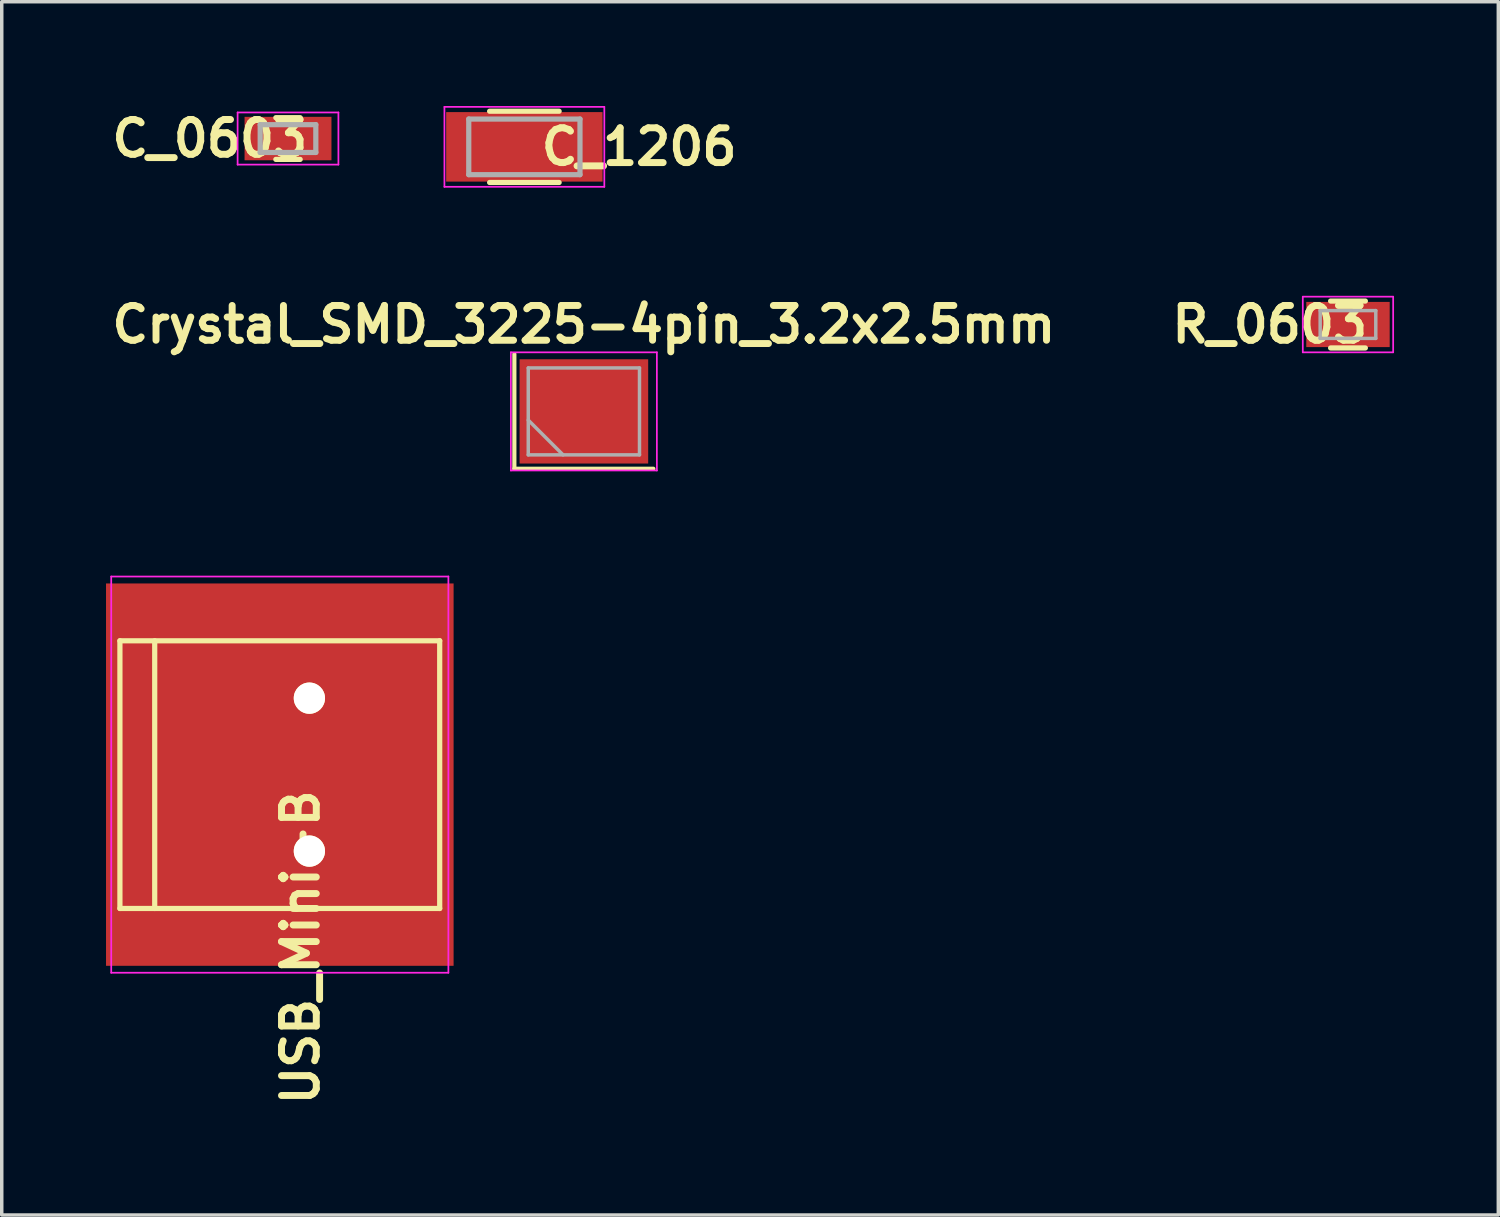
<source format=kicad_pcb>
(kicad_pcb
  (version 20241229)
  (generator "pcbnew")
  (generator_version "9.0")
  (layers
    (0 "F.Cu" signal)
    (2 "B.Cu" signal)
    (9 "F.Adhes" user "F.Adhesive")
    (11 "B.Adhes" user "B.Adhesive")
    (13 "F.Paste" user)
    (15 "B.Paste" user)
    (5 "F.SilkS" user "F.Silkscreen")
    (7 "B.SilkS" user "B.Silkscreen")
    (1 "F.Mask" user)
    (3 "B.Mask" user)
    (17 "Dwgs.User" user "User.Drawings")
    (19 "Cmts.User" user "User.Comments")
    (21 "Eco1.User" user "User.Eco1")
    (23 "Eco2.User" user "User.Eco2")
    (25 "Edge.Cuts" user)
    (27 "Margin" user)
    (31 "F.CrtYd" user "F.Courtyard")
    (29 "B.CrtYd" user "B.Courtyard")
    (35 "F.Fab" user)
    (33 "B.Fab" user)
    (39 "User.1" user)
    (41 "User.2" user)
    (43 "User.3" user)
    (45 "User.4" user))
  (footprint "R_0603"
    (layer "F.Cu")
    (at 35.731 6.286)
    (property "Reference" "R_0603" (at -2.25 0 0) (layer "F.SilkS") (effects (font (size 1 1) (thickness 0.2))))
    (attr smd)
    (fp_line (start -0.5 -0.675) (end 0.5 -0.675) (stroke (width 0.15) (type solid)) (layer "F.SilkS"))
    (fp_line (start 0.5 0.675) (end -0.5 0.675) (stroke (width 0.15) (type solid)) (layer "F.SilkS"))
    (fp_line (start -1.3 -0.8) (end -1.3 0.8) (stroke (width 0.05) (type solid)) (layer "F.CrtYd"))
    (fp_line (start -1.3 -0.8) (end 1.3 -0.8) (stroke (width 0.05) (type solid)) (layer "F.CrtYd"))
    (fp_line (start -1.3 0.8) (end 1.3 0.8) (stroke (width 0.05) (type solid)) (layer "F.CrtYd"))
    (fp_line (start 1.3 -0.8) (end 1.3 0.8) (stroke (width 0.05) (type solid)) (layer "F.CrtYd"))
    (fp_line (start -0.8 -0.4) (end 0.8 -0.4) (stroke (width 0.1) (type solid)) (layer "F.Fab"))
    (fp_line (start -0.8 0.4) (end -0.8 -0.4) (stroke (width 0.1) (type solid)) (layer "F.Fab"))
    (fp_line (start 0.8 -0.4) (end 0.8 0.4) (stroke (width 0.1) (type solid)) (layer "F.Fab"))
    (fp_line (start 0.8 0.4) (end -0.8 0.4) (stroke (width 0.1) (type solid)) (layer "F.Fab"))
    (pad "1" smd rect (at -0.75 0) (size 0.6 0.9) (layers "F.Cu" "F.Mask" "F.Paste"))
    (pad "2" smd rect (at 0.75 0) (size 0.6 0.9) (layers "F.Cu" "F.Mask" "F.Paste"))
    (pad "3" smd rect (at 0 0) (size 2.4 1.3) (layers "F.Cu" "F.Paste")))
  (footprint "Crystal_SMD_3225-4pin_3.2x2.5mm"
    (layer "F.Cu")
    (at 13.748 8.786)
    (property "Reference" "Crystal_SMD_3225-4pin_3.2x2.5mm" (at 0 -2.5 180) (layer "F.SilkS") (effects (font (size 1 1) (thickness 0.2))))
    (attr smd)
    (fp_line (start -2 -1.65) (end -2 1.65) (stroke (width 0.12) (type solid)) (layer "F.SilkS"))
    (fp_line (start -2 1.65) (end 2 1.65) (stroke (width 0.12) (type solid)) (layer "F.SilkS"))
    (fp_line (start -2.1 -1.7) (end -2.1 1.7) (stroke (width 0.05) (type solid)) (layer "F.CrtYd"))
    (fp_line (start -2.1 1.7) (end 2.1 1.7) (stroke (width 0.05) (type solid)) (layer "F.CrtYd"))
    (fp_line (start 2.1 -1.7) (end -2.1 -1.7) (stroke (width 0.05) (type solid)) (layer "F.CrtYd"))
    (fp_line (start 2.1 1.7) (end 2.1 -1.7) (stroke (width 0.05) (type solid)) (layer "F.CrtYd"))
    (fp_line (start -1.6 -1.25) (end -1.6 1.25) (stroke (width 0.1) (type solid)) (layer "F.Fab"))
    (fp_line (start -1.6 0.25) (end -0.6 1.25) (stroke (width 0.1) (type solid)) (layer "F.Fab"))
    (fp_line (start -1.6 1.25) (end 1.6 1.25) (stroke (width 0.1) (type solid)) (layer "F.Fab"))
    (fp_line (start 1.6 -1.25) (end -1.6 -1.25) (stroke (width 0.1) (type solid)) (layer "F.Fab"))
    (fp_line (start 1.6 1.25) (end 1.6 -1.25) (stroke (width 0.1) (type solid)) (layer "F.Fab"))
    (pad "1" smd rect (at 1.1 -0.85) (size 1.4 1.2) (layers "F.Cu" "F.Mask" "F.Paste"))
    (pad "2" smd rect (at -1.1 0.85) (size 1.4 1.2) (layers "F.Cu" "F.Mask" "F.Paste"))
    (pad "3" smd rect (at -1.1 -0.85) (size 1.4 1.2) (layers "F.Cu" "F.Mask" "F.Paste"))
    (pad "3" smd rect (at 1.1 0.85) (size 1.4 1.2) (layers "F.Cu" "F.Mask" "F.Paste"))
    (pad "4" smd rect (at 0 0) (size 3.7 3) (layers "F.Cu" "F.Mask" "F.Paste")))
  (footprint "USB_Mini-B"
    (layer "F.Cu")
    (at 5 19.236)
    (property "Reference" "USB_Mini-B" (at 0.597 4.969 90) (layer "F.SilkS") (effects (font (size 1 1) (thickness 0.2))))
    (attr smd)
    (fp_line (start -4.6 -3.851) (end -4.6 3.851) (stroke (width 0.15) (type solid)) (layer "F.SilkS"))
    (fp_line (start -4.6 3.851) (end 4.6 3.851) (stroke (width 0.15) (type solid)) (layer "F.SilkS"))
    (fp_line (start -3.599 -3.851) (end -3.599 3.851) (stroke (width 0.15) (type solid)) (layer "F.SilkS"))
    (fp_line (start 4.6 -3.851) (end -4.6 -3.851) (stroke (width 0.15) (type solid)) (layer "F.SilkS"))
    (fp_line (start 4.6 3.851) (end 4.6 -3.851) (stroke (width 0.15) (type solid)) (layer "F.SilkS"))
    (fp_line (start -4.85 -5.7) (end 4.85 -5.7) (stroke (width 0.05) (type solid)) (layer "F.CrtYd"))
    (fp_line (start -4.85 5.7) (end -4.85 -5.7) (stroke (width 0.05) (type solid)) (layer "F.CrtYd"))
    (fp_line (start 4.85 -5.7) (end 4.85 5.7) (stroke (width 0.05) (type solid)) (layer "F.CrtYd"))
    (fp_line (start 4.85 5.7) (end -4.85 5.7) (stroke (width 0.05) (type solid)) (layer "F.CrtYd"))
    (pad "" np_thru_hole circle (at 0.851 -2.2) (size 0.899 0.899) (drill 0.899) (layers "*.Cu" "*.Mask" "F.SilkS"))
    (pad "" np_thru_hole circle (at 0.851 2.2) (size 0.899 0.899) (drill 0.899) (layers "*.Cu" "*.Mask" "F.SilkS"))
    (pad "1" smd rect (at 3.449 -1.6) (size 2.301 0.5) (layers "F.Cu" "F.Mask" "F.Paste"))
    (pad "2" smd rect (at 3.449 -0.8) (size 2.301 0.5) (layers "F.Cu" "F.Mask" "F.Paste"))
    (pad "3" smd rect (at 3.449 0) (size 2.301 0.5) (layers "F.Cu" "F.Mask" "F.Paste"))
    (pad "4" smd rect (at 3.449 0.8) (size 2.301 0.5) (layers "F.Cu" "F.Mask" "F.Paste"))
    (pad "5" smd rect (at 3.449 1.6) (size 2.301 0.5) (layers "F.Cu" "F.Mask" "F.Paste"))
    (pad "6" smd rect (at -2.149 -4.45) (size 2.499 1.999) (layers "F.Cu" "F.Mask" "F.Paste"))
    (pad "6" smd rect (at -2.149 4.45) (size 2.499 1.999) (layers "F.Cu" "F.Mask" "F.Paste"))
    (pad "6" smd rect (at 3.35 -4.45) (size 2.499 1.999) (layers "F.Cu" "F.Mask" "F.Paste"))
    (pad "6" smd rect (at 3.35 4.45) (size 2.499 1.999) (layers "F.Cu" "F.Mask" "F.Paste"))
    (pad "7" smd rect (at 0 0) (size 10 11) (layers "F.Cu" "F.Paste")))
  (footprint "C_1206"
    (layer "F.Cu")
    (at 12.036 1.175)
    (property "Reference" "C_1206" (at 3.302 0 0) (layer "F.SilkS") (effects (font (size 1 1) (thickness 0.2))))
    (attr smd)
    (fp_line (start -1 1.025) (end 1 1.025) (stroke (width 0.15) (type solid)) (layer "F.SilkS"))
    (fp_line (start 1 -1.025) (end -1 -1.025) (stroke (width 0.15) (type solid)) (layer "F.SilkS"))
    (fp_line (start -2.3 -1.15) (end -2.3 1.15) (stroke (width 0.05) (type solid)) (layer "F.CrtYd"))
    (fp_line (start -2.3 -1.15) (end 2.3 -1.15) (stroke (width 0.05) (type solid)) (layer "F.CrtYd"))
    (fp_line (start -2.3 1.15) (end 2.3 1.15) (stroke (width 0.05) (type solid)) (layer "F.CrtYd"))
    (fp_line (start 2.3 -1.15) (end 2.3 1.15) (stroke (width 0.05) (type solid)) (layer "F.CrtYd"))
    (fp_line (start -1.6 -0.8) (end 1.6 -0.8) (stroke (width 0.15) (type solid)) (layer "F.Fab"))
    (fp_line (start -1.6 0.8) (end -1.6 -0.8) (stroke (width 0.15) (type solid)) (layer "F.Fab"))
    (fp_line (start 1.6 -0.8) (end 1.6 0.8) (stroke (width 0.15) (type solid)) (layer "F.Fab"))
    (fp_line (start 1.6 0.8) (end -1.6 0.8) (stroke (width 0.15) (type solid)) (layer "F.Fab"))
    (pad "1" smd rect (at -1.5 0) (size 1 1.6) (layers "F.Cu" "F.Mask" "F.Paste"))
    (pad "2" smd rect (at 1.5 0) (size 1 1.6) (layers "F.Cu" "F.Mask" "F.Paste"))
    (pad "3" smd rect (at 0 0) (size 4.5 2) (layers "F.Cu" "F.Mask" "F.Paste")))
  (footprint "C_0603"
    (layer "F.Cu")
    (at 5.236 0.936)
    (property "Reference" "C_0603" (at -2.25 0 0) (layer "F.SilkS") (effects (font (size 1 1) (thickness 0.2))))
    (attr smd)
    (fp_line (start -0.35 -0.6) (end 0.35 -0.6) (stroke (width 0.15) (type solid)) (layer "F.SilkS"))
    (fp_line (start 0.35 0.6) (end -0.35 0.6) (stroke (width 0.15) (type solid)) (layer "F.SilkS"))
    (fp_line (start -1.45 -0.75) (end -1.45 0.75) (stroke (width 0.05) (type solid)) (layer "F.CrtYd"))
    (fp_line (start -1.45 -0.75) (end 1.45 -0.75) (stroke (width 0.05) (type solid)) (layer "F.CrtYd"))
    (fp_line (start -1.45 0.75) (end 1.45 0.75) (stroke (width 0.05) (type solid)) (layer "F.CrtYd"))
    (fp_line (start 1.45 -0.75) (end 1.45 0.75) (stroke (width 0.05) (type solid)) (layer "F.CrtYd"))
    (fp_line (start -0.8 -0.4) (end 0.8 -0.4) (stroke (width 0.15) (type solid)) (layer "F.Fab"))
    (fp_line (start -0.8 0.4) (end -0.8 -0.4) (stroke (width 0.15) (type solid)) (layer "F.Fab"))
    (fp_line (start 0.8 -0.4) (end 0.8 0.4) (stroke (width 0.15) (type solid)) (layer "F.Fab"))
    (fp_line (start 0.8 0.4) (end -0.8 0.4) (stroke (width 0.15) (type solid)) (layer "F.Fab"))
    (pad "1" smd rect (at -0.75 0) (size 0.8 0.75) (layers "F.Cu" "F.Mask" "F.Paste"))
    (pad "2" smd rect (at 0.75 0) (size 0.8 0.75) (layers "F.Cu" "F.Mask" "F.Paste"))
    (pad "3" smd rect (at 0 0) (size 2.5 1.25) (layers "F.Cu" "F.Mask" "F.Paste")))
  (gr_rect
    (start -3 -3)
    (end 40.056 31.905)
    (stroke (width 0.1) (type default))
    (fill no)
    (layer "Edge.Cuts")))
</source>
